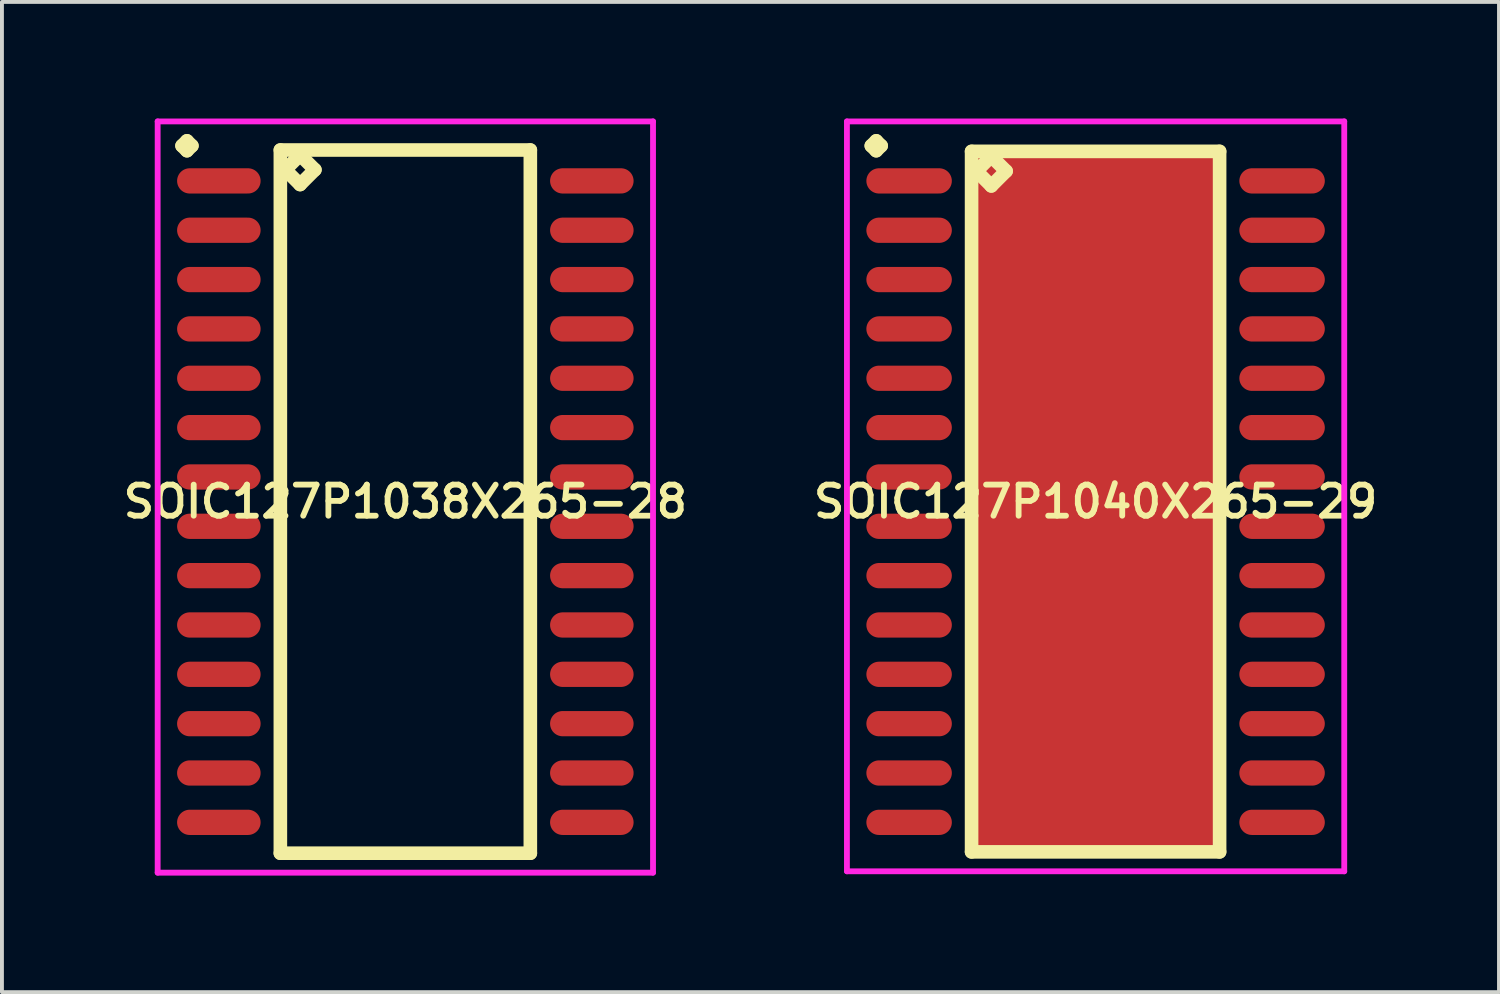
<source format=kicad_pcb>
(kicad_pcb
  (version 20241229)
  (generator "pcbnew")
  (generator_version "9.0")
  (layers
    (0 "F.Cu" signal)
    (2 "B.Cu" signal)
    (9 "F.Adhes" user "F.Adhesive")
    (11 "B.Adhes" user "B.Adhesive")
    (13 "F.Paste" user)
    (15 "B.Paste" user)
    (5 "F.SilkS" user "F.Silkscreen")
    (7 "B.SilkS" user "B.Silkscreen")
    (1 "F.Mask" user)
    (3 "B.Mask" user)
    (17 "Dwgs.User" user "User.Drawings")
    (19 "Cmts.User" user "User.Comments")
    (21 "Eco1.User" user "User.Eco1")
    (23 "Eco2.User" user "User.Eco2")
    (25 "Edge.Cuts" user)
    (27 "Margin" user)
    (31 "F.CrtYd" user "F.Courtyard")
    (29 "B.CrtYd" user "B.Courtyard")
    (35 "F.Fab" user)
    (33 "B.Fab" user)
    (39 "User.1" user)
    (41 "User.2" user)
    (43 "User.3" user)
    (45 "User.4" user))
  (footprint "SOIC127P1038X265-28"
    (layer "F.Cu")
    (at 7.383 9.861)
    (property "Reference" "SOIC127P1038X265-28" (at 0 0 0) (layer "F.SilkS") (effects (font (size 0.8 0.8) (thickness 0.15))))
    (attr smd)
    (fp_line (start -5.748 -9.159) (end -5.621 -9.286) (stroke (width 0.35) (type solid)) (layer "F.SilkS"))
    (fp_line (start -5.621 -9.286) (end -5.494 -9.159) (stroke (width 0.35) (type solid)) (layer "F.SilkS"))
    (fp_line (start -5.621 -9.032) (end -5.748 -9.159) (stroke (width 0.35) (type solid)) (layer "F.SilkS"))
    (fp_line (start -5.494 -9.159) (end -5.621 -9.032) (stroke (width 0.35) (type solid)) (layer "F.SilkS"))
    (fp_line (start -3.217 -9.05) (end -3.217 9.05) (stroke (width 0.35) (type solid)) (layer "F.SilkS"))
    (fp_line (start -3.217 9.05) (end 3.217 9.05) (stroke (width 0.35) (type solid)) (layer "F.SilkS"))
    (fp_line (start -3.09 -8.542) (end -2.709 -8.923) (stroke (width 0.35) (type solid)) (layer "F.SilkS"))
    (fp_line (start -2.709 -8.923) (end -2.328 -8.542) (stroke (width 0.35) (type solid)) (layer "F.SilkS"))
    (fp_line (start -2.709 -8.161) (end -3.09 -8.542) (stroke (width 0.35) (type solid)) (layer "F.SilkS"))
    (fp_line (start -2.328 -8.542) (end -2.709 -8.161) (stroke (width 0.35) (type solid)) (layer "F.SilkS"))
    (fp_line (start 3.217 -9.05) (end -3.217 -9.05) (stroke (width 0.35) (type solid)) (layer "F.SilkS"))
    (fp_line (start 3.217 9.05) (end 3.217 -9.05) (stroke (width 0.35) (type solid)) (layer "F.SilkS"))
    (fp_line (start -6.375 -9.786) (end 6.375 -9.786) (stroke (width 0.15) (type solid)) (layer "F.CrtYd"))
    (fp_line (start -6.375 9.55) (end -6.375 -9.786) (stroke (width 0.15) (type solid)) (layer "F.CrtYd"))
    (fp_line (start 6.375 -9.786) (end 6.375 9.55) (stroke (width 0.15) (type solid)) (layer "F.CrtYd"))
    (fp_line (start 6.375 9.55) (end -6.375 9.55) (stroke (width 0.15) (type solid)) (layer "F.CrtYd"))
    (pad "1" smd oval (at -4.8 -8.255) (size 2.15 0.65) (layers "F.Cu" "F.Mask" "F.Paste"))
    (pad "2" smd oval (at -4.8 -6.985) (size 2.15 0.65) (layers "F.Cu" "F.Mask" "F.Paste"))
    (pad "3" smd oval (at -4.8 -5.715) (size 2.15 0.65) (layers "F.Cu" "F.Mask" "F.Paste"))
    (pad "4" smd oval (at -4.8 -4.445) (size 2.15 0.65) (layers "F.Cu" "F.Mask" "F.Paste"))
    (pad "5" smd oval (at -4.8 -3.175) (size 2.15 0.65) (layers "F.Cu" "F.Mask" "F.Paste"))
    (pad "6" smd oval (at -4.8 -1.905) (size 2.15 0.65) (layers "F.Cu" "F.Mask" "F.Paste"))
    (pad "7" smd oval (at -4.8 -0.635) (size 2.15 0.65) (layers "F.Cu" "F.Mask" "F.Paste"))
    (pad "8" smd oval (at -4.8 0.635) (size 2.15 0.65) (layers "F.Cu" "F.Mask" "F.Paste"))
    (pad "9" smd oval (at -4.8 1.905) (size 2.15 0.65) (layers "F.Cu" "F.Mask" "F.Paste"))
    (pad "10" smd oval (at -4.8 3.175) (size 2.15 0.65) (layers "F.Cu" "F.Mask" "F.Paste"))
    (pad "11" smd oval (at -4.8 4.445) (size 2.15 0.65) (layers "F.Cu" "F.Mask" "F.Paste"))
    (pad "12" smd oval (at -4.8 5.715) (size 2.15 0.65) (layers "F.Cu" "F.Mask" "F.Paste"))
    (pad "13" smd oval (at -4.8 6.985) (size 2.15 0.65) (layers "F.Cu" "F.Mask" "F.Paste"))
    (pad "14" smd oval (at -4.8 8.255) (size 2.15 0.65) (layers "F.Cu" "F.Mask" "F.Paste"))
    (pad "15" smd oval (at 4.8 8.255) (size 2.15 0.65) (layers "F.Cu" "F.Mask" "F.Paste"))
    (pad "16" smd oval (at 4.8 6.985) (size 2.15 0.65) (layers "F.Cu" "F.Mask" "F.Paste"))
    (pad "17" smd oval (at 4.8 5.715) (size 2.15 0.65) (layers "F.Cu" "F.Mask" "F.Paste"))
    (pad "18" smd oval (at 4.8 4.445) (size 2.15 0.65) (layers "F.Cu" "F.Mask" "F.Paste"))
    (pad "19" smd oval (at 4.8 3.175) (size 2.15 0.65) (layers "F.Cu" "F.Mask" "F.Paste"))
    (pad "20" smd oval (at 4.8 1.905) (size 2.15 0.65) (layers "F.Cu" "F.Mask" "F.Paste"))
    (pad "21" smd oval (at 4.8 0.635) (size 2.15 0.65) (layers "F.Cu" "F.Mask" "F.Paste"))
    (pad "22" smd oval (at 4.8 -0.635) (size 2.15 0.65) (layers "F.Cu" "F.Mask" "F.Paste"))
    (pad "23" smd oval (at 4.8 -1.905) (size 2.15 0.65) (layers "F.Cu" "F.Mask" "F.Paste"))
    (pad "24" smd oval (at 4.8 -3.175) (size 2.15 0.65) (layers "F.Cu" "F.Mask" "F.Paste"))
    (pad "25" smd oval (at 4.8 -4.445) (size 2.15 0.65) (layers "F.Cu" "F.Mask" "F.Paste"))
    (pad "26" smd oval (at 4.8 -5.715) (size 2.15 0.65) (layers "F.Cu" "F.Mask" "F.Paste"))
    (pad "27" smd oval (at 4.8 -6.985) (size 2.15 0.65) (layers "F.Cu" "F.Mask" "F.Paste"))
    (pad "28" smd oval (at 4.8 -8.255) (size 2.15 0.65) (layers "F.Cu" "F.Mask" "F.Paste")))
  (footprint "SOIC127P1040X265-29"
    (layer "F.Cu")
    (at 25.149 9.861)
    (property "Reference" "SOIC127P1040X265-29" (at 0 0 0) (layer "F.SilkS") (effects (font (size 0.8 0.8) (thickness 0.15))))
    (attr smd)
    (fp_line (start -5.773 -9.159) (end -5.646 -9.286) (stroke (width 0.35) (type solid)) (layer "F.SilkS"))
    (fp_line (start -5.646 -9.286) (end -5.519 -9.159) (stroke (width 0.35) (type solid)) (layer "F.SilkS"))
    (fp_line (start -5.646 -9.032) (end -5.773 -9.159) (stroke (width 0.35) (type solid)) (layer "F.SilkS"))
    (fp_line (start -5.519 -9.159) (end -5.646 -9.032) (stroke (width 0.35) (type solid)) (layer "F.SilkS"))
    (fp_line (start -3.192 -9.015) (end -3.192 9.015) (stroke (width 0.35) (type solid)) (layer "F.SilkS"))
    (fp_line (start -3.192 9.015) (end 3.192 9.015) (stroke (width 0.35) (type solid)) (layer "F.SilkS"))
    (fp_line (start -3.065 -8.507) (end -2.684 -8.888) (stroke (width 0.35) (type solid)) (layer "F.SilkS"))
    (fp_line (start -2.684 -8.888) (end -2.303 -8.507) (stroke (width 0.35) (type solid)) (layer "F.SilkS"))
    (fp_line (start -2.684 -8.126) (end -3.065 -8.507) (stroke (width 0.35) (type solid)) (layer "F.SilkS"))
    (fp_line (start -2.303 -8.507) (end -2.684 -8.126) (stroke (width 0.35) (type solid)) (layer "F.SilkS"))
    (fp_line (start 3.192 -9.015) (end -3.192 -9.015) (stroke (width 0.35) (type solid)) (layer "F.SilkS"))
    (fp_line (start 3.192 9.015) (end 3.192 -9.015) (stroke (width 0.35) (type solid)) (layer "F.SilkS"))
    (fp_line (start -6.4 -9.786) (end 6.4 -9.786) (stroke (width 0.15) (type solid)) (layer "F.CrtYd"))
    (fp_line (start -6.4 9.515) (end -6.4 -9.786) (stroke (width 0.15) (type solid)) (layer "F.CrtYd"))
    (fp_line (start 6.4 -9.786) (end 6.4 9.515) (stroke (width 0.15) (type solid)) (layer "F.CrtYd"))
    (fp_line (start 6.4 9.515) (end -6.4 9.515) (stroke (width 0.15) (type solid)) (layer "F.CrtYd"))
    (pad "1" smd oval (at -4.8 -8.255) (size 2.2 0.65) (layers "F.Cu" "F.Mask" "F.Paste"))
    (pad "2" smd oval (at -4.8 -6.985) (size 2.2 0.65) (layers "F.Cu" "F.Mask" "F.Paste"))
    (pad "3" smd oval (at -4.8 -5.715) (size 2.2 0.65) (layers "F.Cu" "F.Mask" "F.Paste"))
    (pad "4" smd oval (at -4.8 -4.445) (size 2.2 0.65) (layers "F.Cu" "F.Mask" "F.Paste"))
    (pad "5" smd oval (at -4.8 -3.175) (size 2.2 0.65) (layers "F.Cu" "F.Mask" "F.Paste"))
    (pad "6" smd oval (at -4.8 -1.905) (size 2.2 0.65) (layers "F.Cu" "F.Mask" "F.Paste"))
    (pad "7" smd oval (at -4.8 -0.635) (size 2.2 0.65) (layers "F.Cu" "F.Mask" "F.Paste"))
    (pad "8" smd oval (at -4.8 0.635) (size 2.2 0.65) (layers "F.Cu" "F.Mask" "F.Paste"))
    (pad "9" smd oval (at -4.8 1.905) (size 2.2 0.65) (layers "F.Cu" "F.Mask" "F.Paste"))
    (pad "10" smd oval (at -4.8 3.175) (size 2.2 0.65) (layers "F.Cu" "F.Mask" "F.Paste"))
    (pad "11" smd oval (at -4.8 4.445) (size 2.2 0.65) (layers "F.Cu" "F.Mask" "F.Paste"))
    (pad "12" smd oval (at -4.8 5.715) (size 2.2 0.65) (layers "F.Cu" "F.Mask" "F.Paste"))
    (pad "13" smd oval (at -4.8 6.985) (size 2.2 0.65) (layers "F.Cu" "F.Mask" "F.Paste"))
    (pad "14" smd oval (at -4.8 8.255) (size 2.2 0.65) (layers "F.Cu" "F.Mask" "F.Paste"))
    (pad "15" smd oval (at 4.8 8.255) (size 2.2 0.65) (layers "F.Cu" "F.Mask" "F.Paste"))
    (pad "16" smd oval (at 4.8 6.985) (size 2.2 0.65) (layers "F.Cu" "F.Mask" "F.Paste"))
    (pad "17" smd oval (at 4.8 5.715) (size 2.2 0.65) (layers "F.Cu" "F.Mask" "F.Paste"))
    (pad "18" smd oval (at 4.8 4.445) (size 2.2 0.65) (layers "F.Cu" "F.Mask" "F.Paste"))
    (pad "19" smd oval (at 4.8 3.175) (size 2.2 0.65) (layers "F.Cu" "F.Mask" "F.Paste"))
    (pad "20" smd oval (at 4.8 1.905) (size 2.2 0.65) (layers "F.Cu" "F.Mask" "F.Paste"))
    (pad "21" smd oval (at 4.8 0.635) (size 2.2 0.65) (layers "F.Cu" "F.Mask" "F.Paste"))
    (pad "22" smd oval (at 4.8 -0.635) (size 2.2 0.65) (layers "F.Cu" "F.Mask" "F.Paste"))
    (pad "23" smd oval (at 4.8 -1.905) (size 2.2 0.65) (layers "F.Cu" "F.Mask" "F.Paste"))
    (pad "24" smd oval (at 4.8 -3.175) (size 2.2 0.65) (layers "F.Cu" "F.Mask" "F.Paste"))
    (pad "25" smd oval (at 4.8 -4.445) (size 2.2 0.65) (layers "F.Cu" "F.Mask" "F.Paste"))
    (pad "26" smd oval (at 4.8 -5.715) (size 2.2 0.65) (layers "F.Cu" "F.Mask" "F.Paste"))
    (pad "27" smd oval (at 4.8 -6.985) (size 2.2 0.65) (layers "F.Cu" "F.Mask" "F.Paste"))
    (pad "28" smd oval (at 4.8 -8.255) (size 2.2 0.65) (layers "F.Cu" "F.Mask" "F.Paste"))
    (pad "29" smd rect (at 0 0) (size 6.2 18) (layers "F.Cu" "F.Mask" "F.Paste")))
  (gr_rect
    (start -3 -3)
    (end 35.532 22.486)
    (stroke (width 0.1) (type default))
    (fill no)
    (layer "Edge.Cuts")))
</source>
